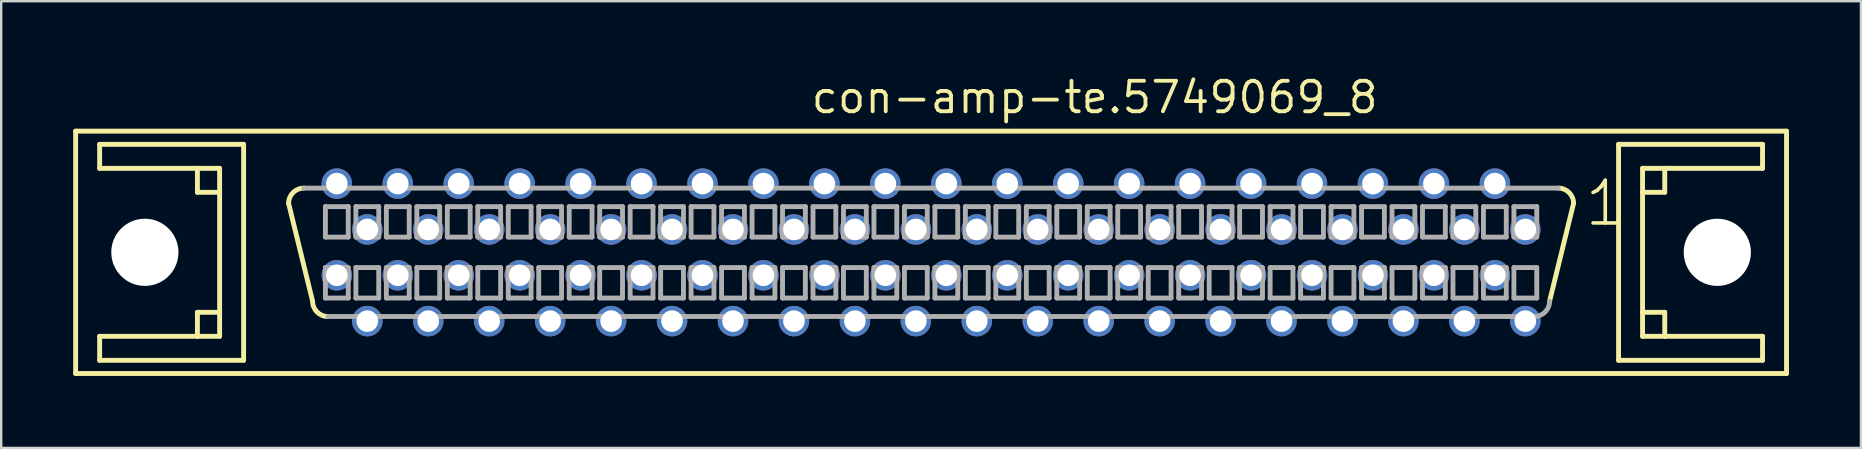
<source format=kicad_pcb>
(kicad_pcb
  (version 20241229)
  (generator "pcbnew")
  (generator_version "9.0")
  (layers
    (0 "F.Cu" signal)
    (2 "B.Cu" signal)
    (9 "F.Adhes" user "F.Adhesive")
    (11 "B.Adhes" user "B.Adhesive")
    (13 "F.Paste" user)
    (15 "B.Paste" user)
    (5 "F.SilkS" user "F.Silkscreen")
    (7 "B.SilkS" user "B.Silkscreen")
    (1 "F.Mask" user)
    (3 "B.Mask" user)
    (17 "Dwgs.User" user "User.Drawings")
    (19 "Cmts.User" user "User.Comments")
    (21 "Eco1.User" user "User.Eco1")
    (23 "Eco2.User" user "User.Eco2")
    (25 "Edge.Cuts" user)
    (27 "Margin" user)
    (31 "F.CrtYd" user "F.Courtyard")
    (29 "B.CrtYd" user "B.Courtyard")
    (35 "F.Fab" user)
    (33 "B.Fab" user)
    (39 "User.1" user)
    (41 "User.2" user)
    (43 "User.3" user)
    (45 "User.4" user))
  (footprint "con-amp-te.5749069_8"
    (layer "F.Cu")
    (at 35.752 7.465)
    (property "Reference" "con-amp-te.5749069_8" (at -5.08 -5.715 0) (layer "F.SilkS") (effects (font (size 1.27 1.27) (thickness 0.16)) (justify left bottom)))
    (attr through_hole)
    (fp_line (start -35.65 -5.05) (end 35.65 -5.05) (stroke (width 0.203) (type default)) (layer "F.SilkS"))
    (fp_line (start -35.65 5.05) (end -35.65 -5.05) (stroke (width 0.203) (type default)) (layer "F.SilkS"))
    (fp_line (start -34.65 -4.5) (end -34.65 -3.5) (stroke (width 0.203) (type default)) (layer "F.SilkS"))
    (fp_line (start -34.65 -3.5) (end -30.575 -3.5) (stroke (width 0.203) (type default)) (layer "F.SilkS"))
    (fp_line (start -34.65 3.5) (end -34.65 4.5) (stroke (width 0.203) (type default)) (layer "F.SilkS"))
    (fp_line (start -34.65 4.5) (end -28.65 4.5) (stroke (width 0.203) (type default)) (layer "F.SilkS"))
    (fp_line (start -30.575 -3.5) (end -30.575 -2.5) (stroke (width 0.203) (type default)) (layer "F.SilkS"))
    (fp_line (start -30.575 -3.5) (end -29.65 -3.5) (stroke (width 0.203) (type default)) (layer "F.SilkS"))
    (fp_line (start -30.575 -2.5) (end -29.65 -2.5) (stroke (width 0.203) (type default)) (layer "F.SilkS"))
    (fp_line (start -30.575 2.5) (end -30.575 3.5) (stroke (width 0.203) (type default)) (layer "F.SilkS"))
    (fp_line (start -30.575 3.5) (end -34.65 3.5) (stroke (width 0.203) (type default)) (layer "F.SilkS"))
    (fp_line (start -29.65 -3.5) (end -29.65 -2.5) (stroke (width 0.203) (type default)) (layer "F.SilkS"))
    (fp_line (start -29.65 -2.5) (end -29.65 2.5) (stroke (width 0.203) (type default)) (layer "F.SilkS"))
    (fp_line (start -29.65 2.5) (end -30.575 2.5) (stroke (width 0.203) (type default)) (layer "F.SilkS"))
    (fp_line (start -29.65 2.5) (end -29.65 3.5) (stroke (width 0.203) (type default)) (layer "F.SilkS"))
    (fp_line (start -29.65 3.5) (end -30.575 3.5) (stroke (width 0.203) (type default)) (layer "F.SilkS"))
    (fp_line (start -28.65 -4.5) (end -34.65 -4.5) (stroke (width 0.203) (type default)) (layer "F.SilkS"))
    (fp_line (start -28.65 4.5) (end -28.65 -4.5) (stroke (width 0.203) (type default)) (layer "F.SilkS"))
    (fp_line (start -25.775 2.04) (end -26.775 -2.04) (stroke (width 0.203) (type default)) (layer "F.SilkS"))
    (fp_line (start 26.775 -2.04) (end 25.775 2.04) (stroke (width 0.203) (type default)) (layer "F.SilkS"))
    (fp_line (start 28.65 -4.5) (end 28.65 4.5) (stroke (width 0.203) (type default)) (layer "F.SilkS"))
    (fp_line (start 28.65 4.5) (end 34.65 4.5) (stroke (width 0.203) (type default)) (layer "F.SilkS"))
    (fp_line (start 29.65 -3.5) (end 30.575 -3.5) (stroke (width 0.203) (type default)) (layer "F.SilkS"))
    (fp_line (start 29.65 -2.5) (end 29.65 -3.5) (stroke (width 0.203) (type default)) (layer "F.SilkS"))
    (fp_line (start 29.65 -2.5) (end 30.575 -2.5) (stroke (width 0.203) (type default)) (layer "F.SilkS"))
    (fp_line (start 29.65 2.5) (end 29.65 -2.5) (stroke (width 0.203) (type default)) (layer "F.SilkS"))
    (fp_line (start 29.65 3.5) (end 29.65 2.5) (stroke (width 0.203) (type default)) (layer "F.SilkS"))
    (fp_line (start 30.575 -3.5) (end 34.65 -3.5) (stroke (width 0.203) (type default)) (layer "F.SilkS"))
    (fp_line (start 30.575 -2.5) (end 30.575 -3.5) (stroke (width 0.203) (type default)) (layer "F.SilkS"))
    (fp_line (start 30.575 2.5) (end 29.65 2.5) (stroke (width 0.203) (type default)) (layer "F.SilkS"))
    (fp_line (start 30.575 3.5) (end 29.65 3.5) (stroke (width 0.203) (type default)) (layer "F.SilkS"))
    (fp_line (start 30.575 3.5) (end 30.575 2.5) (stroke (width 0.203) (type default)) (layer "F.SilkS"))
    (fp_line (start 34.65 -4.5) (end 28.65 -4.5) (stroke (width 0.203) (type default)) (layer "F.SilkS"))
    (fp_line (start 34.65 -3.5) (end 34.65 -4.5) (stroke (width 0.203) (type default)) (layer "F.SilkS"))
    (fp_line (start 34.65 3.5) (end 30.575 3.5) (stroke (width 0.203) (type default)) (layer "F.SilkS"))
    (fp_line (start 34.65 4.5) (end 34.65 3.5) (stroke (width 0.203) (type default)) (layer "F.SilkS"))
    (fp_line (start 35.65 -5.05) (end 35.65 5.05) (stroke (width 0.203) (type default)) (layer "F.SilkS"))
    (fp_line (start 35.65 5.05) (end -35.65 5.05) (stroke (width 0.203) (type default)) (layer "F.SilkS"))
    (fp_arc (start -26.775 -2.04) (mid -26.589013 -2.489013) (end -26.14 -2.675) (stroke (width 0.2032) (type default)) (layer "F.SilkS"))
    (fp_arc (start -25.14 2.675) (mid -25.589013 2.489013) (end -25.775 2.04) (stroke (width 0.2032) (type default)) (layer "F.SilkS"))
    (fp_arc (start 26.14 -2.675) (mid 26.589013 -2.489013) (end 26.775 -2.04) (stroke (width 0.2032) (type default)) (layer "F.SilkS"))
    (fp_line (start -26.14 -2.675) (end 26.14 -2.675) (stroke (width 0.203) (type default)) (layer "F.Fab"))
    (fp_line (start -25.241 -1.905) (end -25.241 -0.635) (stroke (width 0.203) (type default)) (layer "F.Fab"))
    (fp_line (start -25.241 -0.635) (end -24.289 -0.635) (stroke (width 0.203) (type default)) (layer "F.Fab"))
    (fp_line (start -25.241 0.635) (end -25.241 1.905) (stroke (width 0.203) (type default)) (layer "F.Fab"))
    (fp_line (start -25.241 1.905) (end -24.289 1.905) (stroke (width 0.203) (type default)) (layer "F.Fab"))
    (fp_line (start -24.289 -1.905) (end -25.241 -1.905) (stroke (width 0.203) (type default)) (layer "F.Fab"))
    (fp_line (start -24.289 -0.635) (end -24.289 -1.905) (stroke (width 0.203) (type default)) (layer "F.Fab"))
    (fp_line (start -24.289 0.635) (end -25.241 0.635) (stroke (width 0.203) (type default)) (layer "F.Fab"))
    (fp_line (start -24.289 1.905) (end -24.289 0.635) (stroke (width 0.203) (type default)) (layer "F.Fab"))
    (fp_line (start -23.971 -1.905) (end -23.971 -0.635) (stroke (width 0.203) (type default)) (layer "F.Fab"))
    (fp_line (start -23.971 -0.635) (end -23.019 -0.635) (stroke (width 0.203) (type default)) (layer "F.Fab"))
    (fp_line (start -23.971 0.635) (end -23.971 1.905) (stroke (width 0.203) (type default)) (layer "F.Fab"))
    (fp_line (start -23.971 1.905) (end -23.019 1.905) (stroke (width 0.203) (type default)) (layer "F.Fab"))
    (fp_line (start -23.019 -1.905) (end -23.971 -1.905) (stroke (width 0.203) (type default)) (layer "F.Fab"))
    (fp_line (start -23.019 -0.635) (end -23.019 -1.905) (stroke (width 0.203) (type default)) (layer "F.Fab"))
    (fp_line (start -23.019 0.635) (end -23.971 0.635) (stroke (width 0.203) (type default)) (layer "F.Fab"))
    (fp_line (start -23.019 1.905) (end -23.019 0.635) (stroke (width 0.203) (type default)) (layer "F.Fab"))
    (fp_line (start -22.701 -1.905) (end -22.701 -0.635) (stroke (width 0.203) (type default)) (layer "F.Fab"))
    (fp_line (start -22.701 -0.635) (end -21.749 -0.635) (stroke (width 0.203) (type default)) (layer "F.Fab"))
    (fp_line (start -22.701 0.635) (end -22.701 1.905) (stroke (width 0.203) (type default)) (layer "F.Fab"))
    (fp_line (start -22.701 1.905) (end -21.749 1.905) (stroke (width 0.203) (type default)) (layer "F.Fab"))
    (fp_line (start -21.749 -1.905) (end -22.701 -1.905) (stroke (width 0.203) (type default)) (layer "F.Fab"))
    (fp_line (start -21.749 -0.635) (end -21.749 -1.905) (stroke (width 0.203) (type default)) (layer "F.Fab"))
    (fp_line (start -21.749 0.635) (end -22.701 0.635) (stroke (width 0.203) (type default)) (layer "F.Fab"))
    (fp_line (start -21.749 1.905) (end -21.749 0.635) (stroke (width 0.203) (type default)) (layer "F.Fab"))
    (fp_line (start -21.431 -1.905) (end -21.431 -0.635) (stroke (width 0.203) (type default)) (layer "F.Fab"))
    (fp_line (start -21.431 -0.635) (end -20.479 -0.635) (stroke (width 0.203) (type default)) (layer "F.Fab"))
    (fp_line (start -21.431 0.635) (end -21.431 1.905) (stroke (width 0.203) (type default)) (layer "F.Fab"))
    (fp_line (start -21.431 1.905) (end -20.479 1.905) (stroke (width 0.203) (type default)) (layer "F.Fab"))
    (fp_line (start -20.479 -1.905) (end -21.431 -1.905) (stroke (width 0.203) (type default)) (layer "F.Fab"))
    (fp_line (start -20.479 -0.635) (end -20.479 -1.905) (stroke (width 0.203) (type default)) (layer "F.Fab"))
    (fp_line (start -20.479 0.635) (end -21.431 0.635) (stroke (width 0.203) (type default)) (layer "F.Fab"))
    (fp_line (start -20.479 1.905) (end -20.479 0.635) (stroke (width 0.203) (type default)) (layer "F.Fab"))
    (fp_line (start -20.161 -1.905) (end -20.161 -0.635) (stroke (width 0.203) (type default)) (layer "F.Fab"))
    (fp_line (start -20.161 -0.635) (end -19.209 -0.635) (stroke (width 0.203) (type default)) (layer "F.Fab"))
    (fp_line (start -20.161 0.635) (end -20.161 1.905) (stroke (width 0.203) (type default)) (layer "F.Fab"))
    (fp_line (start -20.161 1.905) (end -19.209 1.905) (stroke (width 0.203) (type default)) (layer "F.Fab"))
    (fp_line (start -19.209 -1.905) (end -20.161 -1.905) (stroke (width 0.203) (type default)) (layer "F.Fab"))
    (fp_line (start -19.209 -0.635) (end -19.209 -1.905) (stroke (width 0.203) (type default)) (layer "F.Fab"))
    (fp_line (start -19.209 0.635) (end -20.161 0.635) (stroke (width 0.203) (type default)) (layer "F.Fab"))
    (fp_line (start -19.209 1.905) (end -19.209 0.635) (stroke (width 0.203) (type default)) (layer "F.Fab"))
    (fp_line (start -18.891 -1.905) (end -18.891 -0.635) (stroke (width 0.203) (type default)) (layer "F.Fab"))
    (fp_line (start -18.891 -0.635) (end -17.939 -0.635) (stroke (width 0.203) (type default)) (layer "F.Fab"))
    (fp_line (start -18.891 0.635) (end -18.891 1.905) (stroke (width 0.203) (type default)) (layer "F.Fab"))
    (fp_line (start -18.891 1.905) (end -17.939 1.905) (stroke (width 0.203) (type default)) (layer "F.Fab"))
    (fp_line (start -17.939 -1.905) (end -18.891 -1.905) (stroke (width 0.203) (type default)) (layer "F.Fab"))
    (fp_line (start -17.939 -0.635) (end -17.939 -1.905) (stroke (width 0.203) (type default)) (layer "F.Fab"))
    (fp_line (start -17.939 0.635) (end -18.891 0.635) (stroke (width 0.203) (type default)) (layer "F.Fab"))
    (fp_line (start -17.939 1.905) (end -17.939 0.635) (stroke (width 0.203) (type default)) (layer "F.Fab"))
    (fp_line (start -17.621 -1.905) (end -17.621 -0.635) (stroke (width 0.203) (type default)) (layer "F.Fab"))
    (fp_line (start -17.621 -0.635) (end -16.669 -0.635) (stroke (width 0.203) (type default)) (layer "F.Fab"))
    (fp_line (start -17.621 0.635) (end -17.621 1.905) (stroke (width 0.203) (type default)) (layer "F.Fab"))
    (fp_line (start -17.621 1.905) (end -16.669 1.905) (stroke (width 0.203) (type default)) (layer "F.Fab"))
    (fp_line (start -16.669 -1.905) (end -17.621 -1.905) (stroke (width 0.203) (type default)) (layer "F.Fab"))
    (fp_line (start -16.669 -0.635) (end -16.669 -1.905) (stroke (width 0.203) (type default)) (layer "F.Fab"))
    (fp_line (start -16.669 0.635) (end -17.621 0.635) (stroke (width 0.203) (type default)) (layer "F.Fab"))
    (fp_line (start -16.669 1.905) (end -16.669 0.635) (stroke (width 0.203) (type default)) (layer "F.Fab"))
    (fp_line (start -16.351 -1.905) (end -16.351 -0.635) (stroke (width 0.203) (type default)) (layer "F.Fab"))
    (fp_line (start -16.351 -0.635) (end -15.399 -0.635) (stroke (width 0.203) (type default)) (layer "F.Fab"))
    (fp_line (start -16.351 0.635) (end -16.351 1.905) (stroke (width 0.203) (type default)) (layer "F.Fab"))
    (fp_line (start -16.351 1.905) (end -15.399 1.905) (stroke (width 0.203) (type default)) (layer "F.Fab"))
    (fp_line (start -15.399 -1.905) (end -16.351 -1.905) (stroke (width 0.203) (type default)) (layer "F.Fab"))
    (fp_line (start -15.399 -0.635) (end -15.399 -1.905) (stroke (width 0.203) (type default)) (layer "F.Fab"))
    (fp_line (start -15.399 0.635) (end -16.351 0.635) (stroke (width 0.203) (type default)) (layer "F.Fab"))
    (fp_line (start -15.399 1.905) (end -15.399 0.635) (stroke (width 0.203) (type default)) (layer "F.Fab"))
    (fp_line (start -15.081 -1.905) (end -15.081 -0.635) (stroke (width 0.203) (type default)) (layer "F.Fab"))
    (fp_line (start -15.081 -0.635) (end -14.129 -0.635) (stroke (width 0.203) (type default)) (layer "F.Fab"))
    (fp_line (start -15.081 0.635) (end -15.081 1.905) (stroke (width 0.203) (type default)) (layer "F.Fab"))
    (fp_line (start -15.081 1.905) (end -14.129 1.905) (stroke (width 0.203) (type default)) (layer "F.Fab"))
    (fp_line (start -14.129 -1.905) (end -15.081 -1.905) (stroke (width 0.203) (type default)) (layer "F.Fab"))
    (fp_line (start -14.129 -0.635) (end -14.129 -1.905) (stroke (width 0.203) (type default)) (layer "F.Fab"))
    (fp_line (start -14.129 0.635) (end -15.081 0.635) (stroke (width 0.203) (type default)) (layer "F.Fab"))
    (fp_line (start -14.129 1.905) (end -14.129 0.635) (stroke (width 0.203) (type default)) (layer "F.Fab"))
    (fp_line (start -13.811 -1.905) (end -13.811 -0.635) (stroke (width 0.203) (type default)) (layer "F.Fab"))
    (fp_line (start -13.811 -0.635) (end -12.859 -0.635) (stroke (width 0.203) (type default)) (layer "F.Fab"))
    (fp_line (start -13.811 0.635) (end -13.811 1.905) (stroke (width 0.203) (type default)) (layer "F.Fab"))
    (fp_line (start -13.811 1.905) (end -12.859 1.905) (stroke (width 0.203) (type default)) (layer "F.Fab"))
    (fp_line (start -12.859 -1.905) (end -13.811 -1.905) (stroke (width 0.203) (type default)) (layer "F.Fab"))
    (fp_line (start -12.859 -0.635) (end -12.859 -1.905) (stroke (width 0.203) (type default)) (layer "F.Fab"))
    (fp_line (start -12.859 0.635) (end -13.811 0.635) (stroke (width 0.203) (type default)) (layer "F.Fab"))
    (fp_line (start -12.859 1.905) (end -12.859 0.635) (stroke (width 0.203) (type default)) (layer "F.Fab"))
    (fp_line (start -12.541 -1.905) (end -12.541 -0.635) (stroke (width 0.203) (type default)) (layer "F.Fab"))
    (fp_line (start -12.541 -0.635) (end -11.589 -0.635) (stroke (width 0.203) (type default)) (layer "F.Fab"))
    (fp_line (start -12.541 0.635) (end -12.541 1.905) (stroke (width 0.203) (type default)) (layer "F.Fab"))
    (fp_line (start -12.541 1.905) (end -11.589 1.905) (stroke (width 0.203) (type default)) (layer "F.Fab"))
    (fp_line (start -11.589 -1.905) (end -12.541 -1.905) (stroke (width 0.203) (type default)) (layer "F.Fab"))
    (fp_line (start -11.589 -0.635) (end -11.589 -1.905) (stroke (width 0.203) (type default)) (layer "F.Fab"))
    (fp_line (start -11.589 0.635) (end -12.541 0.635) (stroke (width 0.203) (type default)) (layer "F.Fab"))
    (fp_line (start -11.589 1.905) (end -11.589 0.635) (stroke (width 0.203) (type default)) (layer "F.Fab"))
    (fp_line (start -11.271 -1.905) (end -11.271 -0.635) (stroke (width 0.203) (type default)) (layer "F.Fab"))
    (fp_line (start -11.271 -0.635) (end -10.319 -0.635) (stroke (width 0.203) (type default)) (layer "F.Fab"))
    (fp_line (start -11.271 0.635) (end -11.271 1.905) (stroke (width 0.203) (type default)) (layer "F.Fab"))
    (fp_line (start -11.271 1.905) (end -10.319 1.905) (stroke (width 0.203) (type default)) (layer "F.Fab"))
    (fp_line (start -10.319 -1.905) (end -11.271 -1.905) (stroke (width 0.203) (type default)) (layer "F.Fab"))
    (fp_line (start -10.319 -0.635) (end -10.319 -1.905) (stroke (width 0.203) (type default)) (layer "F.Fab"))
    (fp_line (start -10.319 0.635) (end -11.271 0.635) (stroke (width 0.203) (type default)) (layer "F.Fab"))
    (fp_line (start -10.319 1.905) (end -10.319 0.635) (stroke (width 0.203) (type default)) (layer "F.Fab"))
    (fp_line (start -10.001 -1.905) (end -10.001 -0.635) (stroke (width 0.203) (type default)) (layer "F.Fab"))
    (fp_line (start -10.001 -0.635) (end -9.049 -0.635) (stroke (width 0.203) (type default)) (layer "F.Fab"))
    (fp_line (start -10.001 0.635) (end -10.001 1.905) (stroke (width 0.203) (type default)) (layer "F.Fab"))
    (fp_line (start -10.001 1.905) (end -9.049 1.905) (stroke (width 0.203) (type default)) (layer "F.Fab"))
    (fp_line (start -9.049 -1.905) (end -10.001 -1.905) (stroke (width 0.203) (type default)) (layer "F.Fab"))
    (fp_line (start -9.049 -0.635) (end -9.049 -1.905) (stroke (width 0.203) (type default)) (layer "F.Fab"))
    (fp_line (start -9.049 0.635) (end -10.001 0.635) (stroke (width 0.203) (type default)) (layer "F.Fab"))
    (fp_line (start -9.049 1.905) (end -9.049 0.635) (stroke (width 0.203) (type default)) (layer "F.Fab"))
    (fp_line (start -8.731 -1.905) (end -8.731 -0.635) (stroke (width 0.203) (type default)) (layer "F.Fab"))
    (fp_line (start -8.731 -0.635) (end -7.779 -0.635) (stroke (width 0.203) (type default)) (layer "F.Fab"))
    (fp_line (start -8.731 0.635) (end -8.731 1.905) (stroke (width 0.203) (type default)) (layer "F.Fab"))
    (fp_line (start -8.731 1.905) (end -7.779 1.905) (stroke (width 0.203) (type default)) (layer "F.Fab"))
    (fp_line (start -7.779 -1.905) (end -8.731 -1.905) (stroke (width 0.203) (type default)) (layer "F.Fab"))
    (fp_line (start -7.779 -0.635) (end -7.779 -1.905) (stroke (width 0.203) (type default)) (layer "F.Fab"))
    (fp_line (start -7.779 0.635) (end -8.731 0.635) (stroke (width 0.203) (type default)) (layer "F.Fab"))
    (fp_line (start -7.779 1.905) (end -7.779 0.635) (stroke (width 0.203) (type default)) (layer "F.Fab"))
    (fp_line (start -7.461 -1.905) (end -7.461 -0.635) (stroke (width 0.203) (type default)) (layer "F.Fab"))
    (fp_line (start -7.461 -0.635) (end -6.509 -0.635) (stroke (width 0.203) (type default)) (layer "F.Fab"))
    (fp_line (start -7.461 0.635) (end -7.461 1.905) (stroke (width 0.203) (type default)) (layer "F.Fab"))
    (fp_line (start -7.461 1.905) (end -6.509 1.905) (stroke (width 0.203) (type default)) (layer "F.Fab"))
    (fp_line (start -6.509 -1.905) (end -7.461 -1.905) (stroke (width 0.203) (type default)) (layer "F.Fab"))
    (fp_line (start -6.509 -0.635) (end -6.509 -1.905) (stroke (width 0.203) (type default)) (layer "F.Fab"))
    (fp_line (start -6.509 0.635) (end -7.461 0.635) (stroke (width 0.203) (type default)) (layer "F.Fab"))
    (fp_line (start -6.509 1.905) (end -6.509 0.635) (stroke (width 0.203) (type default)) (layer "F.Fab"))
    (fp_line (start -6.191 -1.905) (end -6.191 -0.635) (stroke (width 0.203) (type default)) (layer "F.Fab"))
    (fp_line (start -6.191 -0.635) (end -5.239 -0.635) (stroke (width 0.203) (type default)) (layer "F.Fab"))
    (fp_line (start -6.191 0.635) (end -6.191 1.905) (stroke (width 0.203) (type default)) (layer "F.Fab"))
    (fp_line (start -6.191 1.905) (end -5.239 1.905) (stroke (width 0.203) (type default)) (layer "F.Fab"))
    (fp_line (start -5.239 -1.905) (end -6.191 -1.905) (stroke (width 0.203) (type default)) (layer "F.Fab"))
    (fp_line (start -5.239 -0.635) (end -5.239 -1.905) (stroke (width 0.203) (type default)) (layer "F.Fab"))
    (fp_line (start -5.239 0.635) (end -6.191 0.635) (stroke (width 0.203) (type default)) (layer "F.Fab"))
    (fp_line (start -5.239 1.905) (end -5.239 0.635) (stroke (width 0.203) (type default)) (layer "F.Fab"))
    (fp_line (start -4.921 -1.905) (end -4.921 -0.635) (stroke (width 0.203) (type default)) (layer "F.Fab"))
    (fp_line (start -4.921 -0.635) (end -3.969 -0.635) (stroke (width 0.203) (type default)) (layer "F.Fab"))
    (fp_line (start -4.921 0.635) (end -4.921 1.905) (stroke (width 0.203) (type default)) (layer "F.Fab"))
    (fp_line (start -4.921 1.905) (end -3.969 1.905) (stroke (width 0.203) (type default)) (layer "F.Fab"))
    (fp_line (start -3.969 -1.905) (end -4.921 -1.905) (stroke (width 0.203) (type default)) (layer "F.Fab"))
    (fp_line (start -3.969 -0.635) (end -3.969 -1.905) (stroke (width 0.203) (type default)) (layer "F.Fab"))
    (fp_line (start -3.969 0.635) (end -4.921 0.635) (stroke (width 0.203) (type default)) (layer "F.Fab"))
    (fp_line (start -3.969 1.905) (end -3.969 0.635) (stroke (width 0.203) (type default)) (layer "F.Fab"))
    (fp_line (start -3.651 -1.905) (end -3.651 -0.635) (stroke (width 0.203) (type default)) (layer "F.Fab"))
    (fp_line (start -3.651 -0.635) (end -2.699 -0.635) (stroke (width 0.203) (type default)) (layer "F.Fab"))
    (fp_line (start -3.651 0.635) (end -3.651 1.905) (stroke (width 0.203) (type default)) (layer "F.Fab"))
    (fp_line (start -3.651 1.905) (end -2.699 1.905) (stroke (width 0.203) (type default)) (layer "F.Fab"))
    (fp_line (start -2.699 -1.905) (end -3.651 -1.905) (stroke (width 0.203) (type default)) (layer "F.Fab"))
    (fp_line (start -2.699 -0.635) (end -2.699 -1.905) (stroke (width 0.203) (type default)) (layer "F.Fab"))
    (fp_line (start -2.699 0.635) (end -3.651 0.635) (stroke (width 0.203) (type default)) (layer "F.Fab"))
    (fp_line (start -2.699 1.905) (end -2.699 0.635) (stroke (width 0.203) (type default)) (layer "F.Fab"))
    (fp_line (start -2.381 -1.905) (end -2.381 -0.635) (stroke (width 0.203) (type default)) (layer "F.Fab"))
    (fp_line (start -2.381 -0.635) (end -1.429 -0.635) (stroke (width 0.203) (type default)) (layer "F.Fab"))
    (fp_line (start -2.381 0.635) (end -2.381 1.905) (stroke (width 0.203) (type default)) (layer "F.Fab"))
    (fp_line (start -2.381 1.905) (end -1.429 1.905) (stroke (width 0.203) (type default)) (layer "F.Fab"))
    (fp_line (start -1.429 -1.905) (end -2.381 -1.905) (stroke (width 0.203) (type default)) (layer "F.Fab"))
    (fp_line (start -1.429 -0.635) (end -1.429 -1.905) (stroke (width 0.203) (type default)) (layer "F.Fab"))
    (fp_line (start -1.429 0.635) (end -2.381 0.635) (stroke (width 0.203) (type default)) (layer "F.Fab"))
    (fp_line (start -1.429 1.905) (end -1.429 0.635) (stroke (width 0.203) (type default)) (layer "F.Fab"))
    (fp_line (start -1.111 -1.905) (end -1.111 -0.635) (stroke (width 0.203) (type default)) (layer "F.Fab"))
    (fp_line (start -1.111 -0.635) (end -0.159 -0.635) (stroke (width 0.203) (type default)) (layer "F.Fab"))
    (fp_line (start -1.111 0.635) (end -1.111 1.905) (stroke (width 0.203) (type default)) (layer "F.Fab"))
    (fp_line (start -1.111 1.905) (end -0.159 1.905) (stroke (width 0.203) (type default)) (layer "F.Fab"))
    (fp_line (start -0.159 -1.905) (end -1.111 -1.905) (stroke (width 0.203) (type default)) (layer "F.Fab"))
    (fp_line (start -0.159 -0.635) (end -0.159 -1.905) (stroke (width 0.203) (type default)) (layer "F.Fab"))
    (fp_line (start -0.159 0.635) (end -1.111 0.635) (stroke (width 0.203) (type default)) (layer "F.Fab"))
    (fp_line (start -0.159 1.905) (end -0.159 0.635) (stroke (width 0.203) (type default)) (layer "F.Fab"))
    (fp_line (start 0.159 -1.905) (end 0.159 -0.635) (stroke (width 0.203) (type default)) (layer "F.Fab"))
    (fp_line (start 0.159 -0.635) (end 1.111 -0.635) (stroke (width 0.203) (type default)) (layer "F.Fab"))
    (fp_line (start 0.159 0.635) (end 0.159 1.905) (stroke (width 0.203) (type default)) (layer "F.Fab"))
    (fp_line (start 0.159 1.905) (end 1.111 1.905) (stroke (width 0.203) (type default)) (layer "F.Fab"))
    (fp_line (start 1.111 -1.905) (end 0.159 -1.905) (stroke (width 0.203) (type default)) (layer "F.Fab"))
    (fp_line (start 1.111 -0.635) (end 1.111 -1.905) (stroke (width 0.203) (type default)) (layer "F.Fab"))
    (fp_line (start 1.111 0.635) (end 0.159 0.635) (stroke (width 0.203) (type default)) (layer "F.Fab"))
    (fp_line (start 1.111 1.905) (end 1.111 0.635) (stroke (width 0.203) (type default)) (layer "F.Fab"))
    (fp_line (start 1.429 -1.905) (end 1.429 -0.635) (stroke (width 0.203) (type default)) (layer "F.Fab"))
    (fp_line (start 1.429 -0.635) (end 2.381 -0.635) (stroke (width 0.203) (type default)) (layer "F.Fab"))
    (fp_line (start 1.429 0.635) (end 1.429 1.905) (stroke (width 0.203) (type default)) (layer "F.Fab"))
    (fp_line (start 1.429 1.905) (end 2.381 1.905) (stroke (width 0.203) (type default)) (layer "F.Fab"))
    (fp_line (start 2.381 -1.905) (end 1.429 -1.905) (stroke (width 0.203) (type default)) (layer "F.Fab"))
    (fp_line (start 2.381 -0.635) (end 2.381 -1.905) (stroke (width 0.203) (type default)) (layer "F.Fab"))
    (fp_line (start 2.381 0.635) (end 1.429 0.635) (stroke (width 0.203) (type default)) (layer "F.Fab"))
    (fp_line (start 2.381 1.905) (end 2.381 0.635) (stroke (width 0.203) (type default)) (layer "F.Fab"))
    (fp_line (start 2.699 -1.905) (end 2.699 -0.635) (stroke (width 0.203) (type default)) (layer "F.Fab"))
    (fp_line (start 2.699 -0.635) (end 3.651 -0.635) (stroke (width 0.203) (type default)) (layer "F.Fab"))
    (fp_line (start 2.699 0.635) (end 2.699 1.905) (stroke (width 0.203) (type default)) (layer "F.Fab"))
    (fp_line (start 2.699 1.905) (end 3.651 1.905) (stroke (width 0.203) (type default)) (layer "F.Fab"))
    (fp_line (start 3.651 -1.905) (end 2.699 -1.905) (stroke (width 0.203) (type default)) (layer "F.Fab"))
    (fp_line (start 3.651 -0.635) (end 3.651 -1.905) (stroke (width 0.203) (type default)) (layer "F.Fab"))
    (fp_line (start 3.651 0.635) (end 2.699 0.635) (stroke (width 0.203) (type default)) (layer "F.Fab"))
    (fp_line (start 3.651 1.905) (end 3.651 0.635) (stroke (width 0.203) (type default)) (layer "F.Fab"))
    (fp_line (start 3.969 -1.905) (end 3.969 -0.635) (stroke (width 0.203) (type default)) (layer "F.Fab"))
    (fp_line (start 3.969 -0.635) (end 4.921 -0.635) (stroke (width 0.203) (type default)) (layer "F.Fab"))
    (fp_line (start 3.969 0.635) (end 3.969 1.905) (stroke (width 0.203) (type default)) (layer "F.Fab"))
    (fp_line (start 3.969 1.905) (end 4.921 1.905) (stroke (width 0.203) (type default)) (layer "F.Fab"))
    (fp_line (start 4.921 -1.905) (end 3.969 -1.905) (stroke (width 0.203) (type default)) (layer "F.Fab"))
    (fp_line (start 4.921 -0.635) (end 4.921 -1.905) (stroke (width 0.203) (type default)) (layer "F.Fab"))
    (fp_line (start 4.921 0.635) (end 3.969 0.635) (stroke (width 0.203) (type default)) (layer "F.Fab"))
    (fp_line (start 4.921 1.905) (end 4.921 0.635) (stroke (width 0.203) (type default)) (layer "F.Fab"))
    (fp_line (start 5.239 -1.905) (end 5.239 -0.635) (stroke (width 0.203) (type default)) (layer "F.Fab"))
    (fp_line (start 5.239 -0.635) (end 6.191 -0.635) (stroke (width 0.203) (type default)) (layer "F.Fab"))
    (fp_line (start 5.239 0.635) (end 5.239 1.905) (stroke (width 0.203) (type default)) (layer "F.Fab"))
    (fp_line (start 5.239 1.905) (end 6.191 1.905) (stroke (width 0.203) (type default)) (layer "F.Fab"))
    (fp_line (start 6.191 -1.905) (end 5.239 -1.905) (stroke (width 0.203) (type default)) (layer "F.Fab"))
    (fp_line (start 6.191 -0.635) (end 6.191 -1.905) (stroke (width 0.203) (type default)) (layer "F.Fab"))
    (fp_line (start 6.191 0.635) (end 5.239 0.635) (stroke (width 0.203) (type default)) (layer "F.Fab"))
    (fp_line (start 6.191 1.905) (end 6.191 0.635) (stroke (width 0.203) (type default)) (layer "F.Fab"))
    (fp_line (start 6.509 -1.905) (end 6.509 -0.635) (stroke (width 0.203) (type default)) (layer "F.Fab"))
    (fp_line (start 6.509 -0.635) (end 7.461 -0.635) (stroke (width 0.203) (type default)) (layer "F.Fab"))
    (fp_line (start 6.509 0.635) (end 6.509 1.905) (stroke (width 0.203) (type default)) (layer "F.Fab"))
    (fp_line (start 6.509 1.905) (end 7.461 1.905) (stroke (width 0.203) (type default)) (layer "F.Fab"))
    (fp_line (start 7.461 -1.905) (end 6.509 -1.905) (stroke (width 0.203) (type default)) (layer "F.Fab"))
    (fp_line (start 7.461 -0.635) (end 7.461 -1.905) (stroke (width 0.203) (type default)) (layer "F.Fab"))
    (fp_line (start 7.461 0.635) (end 6.509 0.635) (stroke (width 0.203) (type default)) (layer "F.Fab"))
    (fp_line (start 7.461 1.905) (end 7.461 0.635) (stroke (width 0.203) (type default)) (layer "F.Fab"))
    (fp_line (start 7.779 -1.905) (end 7.779 -0.635) (stroke (width 0.203) (type default)) (layer "F.Fab"))
    (fp_line (start 7.779 -0.635) (end 8.731 -0.635) (stroke (width 0.203) (type default)) (layer "F.Fab"))
    (fp_line (start 7.779 0.635) (end 7.779 1.905) (stroke (width 0.203) (type default)) (layer "F.Fab"))
    (fp_line (start 7.779 1.905) (end 8.731 1.905) (stroke (width 0.203) (type default)) (layer "F.Fab"))
    (fp_line (start 8.731 -1.905) (end 7.779 -1.905) (stroke (width 0.203) (type default)) (layer "F.Fab"))
    (fp_line (start 8.731 -0.635) (end 8.731 -1.905) (stroke (width 0.203) (type default)) (layer "F.Fab"))
    (fp_line (start 8.731 0.635) (end 7.779 0.635) (stroke (width 0.203) (type default)) (layer "F.Fab"))
    (fp_line (start 8.731 1.905) (end 8.731 0.635) (stroke (width 0.203) (type default)) (layer "F.Fab"))
    (fp_line (start 9.049 -1.905) (end 9.049 -0.635) (stroke (width 0.203) (type default)) (layer "F.Fab"))
    (fp_line (start 9.049 -0.635) (end 10.001 -0.635) (stroke (width 0.203) (type default)) (layer "F.Fab"))
    (fp_line (start 9.049 0.635) (end 9.049 1.905) (stroke (width 0.203) (type default)) (layer "F.Fab"))
    (fp_line (start 9.049 1.905) (end 10.001 1.905) (stroke (width 0.203) (type default)) (layer "F.Fab"))
    (fp_line (start 10.001 -1.905) (end 9.049 -1.905) (stroke (width 0.203) (type default)) (layer "F.Fab"))
    (fp_line (start 10.001 -0.635) (end 10.001 -1.905) (stroke (width 0.203) (type default)) (layer "F.Fab"))
    (fp_line (start 10.001 0.635) (end 9.049 0.635) (stroke (width 0.203) (type default)) (layer "F.Fab"))
    (fp_line (start 10.001 1.905) (end 10.001 0.635) (stroke (width 0.203) (type default)) (layer "F.Fab"))
    (fp_line (start 10.319 -1.905) (end 10.319 -0.635) (stroke (width 0.203) (type default)) (layer "F.Fab"))
    (fp_line (start 10.319 -0.635) (end 11.271 -0.635) (stroke (width 0.203) (type default)) (layer "F.Fab"))
    (fp_line (start 10.319 0.635) (end 10.319 1.905) (stroke (width 0.203) (type default)) (layer "F.Fab"))
    (fp_line (start 10.319 1.905) (end 11.271 1.905) (stroke (width 0.203) (type default)) (layer "F.Fab"))
    (fp_line (start 11.271 -1.905) (end 10.319 -1.905) (stroke (width 0.203) (type default)) (layer "F.Fab"))
    (fp_line (start 11.271 -0.635) (end 11.271 -1.905) (stroke (width 0.203) (type default)) (layer "F.Fab"))
    (fp_line (start 11.271 0.635) (end 10.319 0.635) (stroke (width 0.203) (type default)) (layer "F.Fab"))
    (fp_line (start 11.271 1.905) (end 11.271 0.635) (stroke (width 0.203) (type default)) (layer "F.Fab"))
    (fp_line (start 11.589 -1.905) (end 11.589 -0.635) (stroke (width 0.203) (type default)) (layer "F.Fab"))
    (fp_line (start 11.589 -0.635) (end 12.541 -0.635) (stroke (width 0.203) (type default)) (layer "F.Fab"))
    (fp_line (start 11.589 0.635) (end 11.589 1.905) (stroke (width 0.203) (type default)) (layer "F.Fab"))
    (fp_line (start 11.589 1.905) (end 12.541 1.905) (stroke (width 0.203) (type default)) (layer "F.Fab"))
    (fp_line (start 12.541 -1.905) (end 11.589 -1.905) (stroke (width 0.203) (type default)) (layer "F.Fab"))
    (fp_line (start 12.541 -0.635) (end 12.541 -1.905) (stroke (width 0.203) (type default)) (layer "F.Fab"))
    (fp_line (start 12.541 0.635) (end 11.589 0.635) (stroke (width 0.203) (type default)) (layer "F.Fab"))
    (fp_line (start 12.541 1.905) (end 12.541 0.635) (stroke (width 0.203) (type default)) (layer "F.Fab"))
    (fp_line (start 12.859 -1.905) (end 12.859 -0.635) (stroke (width 0.203) (type default)) (layer "F.Fab"))
    (fp_line (start 12.859 -0.635) (end 13.811 -0.635) (stroke (width 0.203) (type default)) (layer "F.Fab"))
    (fp_line (start 12.859 0.635) (end 12.859 1.905) (stroke (width 0.203) (type default)) (layer "F.Fab"))
    (fp_line (start 12.859 1.905) (end 13.811 1.905) (stroke (width 0.203) (type default)) (layer "F.Fab"))
    (fp_line (start 13.811 -1.905) (end 12.859 -1.905) (stroke (width 0.203) (type default)) (layer "F.Fab"))
    (fp_line (start 13.811 -0.635) (end 13.811 -1.905) (stroke (width 0.203) (type default)) (layer "F.Fab"))
    (fp_line (start 13.811 0.635) (end 12.859 0.635) (stroke (width 0.203) (type default)) (layer "F.Fab"))
    (fp_line (start 13.811 1.905) (end 13.811 0.635) (stroke (width 0.203) (type default)) (layer "F.Fab"))
    (fp_line (start 14.129 -1.905) (end 14.129 -0.635) (stroke (width 0.203) (type default)) (layer "F.Fab"))
    (fp_line (start 14.129 -0.635) (end 15.081 -0.635) (stroke (width 0.203) (type default)) (layer "F.Fab"))
    (fp_line (start 14.129 0.635) (end 14.129 1.905) (stroke (width 0.203) (type default)) (layer "F.Fab"))
    (fp_line (start 14.129 1.905) (end 15.081 1.905) (stroke (width 0.203) (type default)) (layer "F.Fab"))
    (fp_line (start 15.081 -1.905) (end 14.129 -1.905) (stroke (width 0.203) (type default)) (layer "F.Fab"))
    (fp_line (start 15.081 -0.635) (end 15.081 -1.905) (stroke (width 0.203) (type default)) (layer "F.Fab"))
    (fp_line (start 15.081 0.635) (end 14.129 0.635) (stroke (width 0.203) (type default)) (layer "F.Fab"))
    (fp_line (start 15.081 1.905) (end 15.081 0.635) (stroke (width 0.203) (type default)) (layer "F.Fab"))
    (fp_line (start 15.399 -1.905) (end 15.399 -0.635) (stroke (width 0.203) (type default)) (layer "F.Fab"))
    (fp_line (start 15.399 -0.635) (end 16.351 -0.635) (stroke (width 0.203) (type default)) (layer "F.Fab"))
    (fp_line (start 15.399 0.635) (end 15.399 1.905) (stroke (width 0.203) (type default)) (layer "F.Fab"))
    (fp_line (start 15.399 1.905) (end 16.351 1.905) (stroke (width 0.203) (type default)) (layer "F.Fab"))
    (fp_line (start 16.351 -1.905) (end 15.399 -1.905) (stroke (width 0.203) (type default)) (layer "F.Fab"))
    (fp_line (start 16.351 -0.635) (end 16.351 -1.905) (stroke (width 0.203) (type default)) (layer "F.Fab"))
    (fp_line (start 16.351 0.635) (end 15.399 0.635) (stroke (width 0.203) (type default)) (layer "F.Fab"))
    (fp_line (start 16.351 1.905) (end 16.351 0.635) (stroke (width 0.203) (type default)) (layer "F.Fab"))
    (fp_line (start 16.669 -1.905) (end 16.669 -0.635) (stroke (width 0.203) (type default)) (layer "F.Fab"))
    (fp_line (start 16.669 -0.635) (end 17.621 -0.635) (stroke (width 0.203) (type default)) (layer "F.Fab"))
    (fp_line (start 16.669 0.635) (end 16.669 1.905) (stroke (width 0.203) (type default)) (layer "F.Fab"))
    (fp_line (start 16.669 1.905) (end 17.621 1.905) (stroke (width 0.203) (type default)) (layer "F.Fab"))
    (fp_line (start 17.621 -1.905) (end 16.669 -1.905) (stroke (width 0.203) (type default)) (layer "F.Fab"))
    (fp_line (start 17.621 -0.635) (end 17.621 -1.905) (stroke (width 0.203) (type default)) (layer "F.Fab"))
    (fp_line (start 17.621 0.635) (end 16.669 0.635) (stroke (width 0.203) (type default)) (layer "F.Fab"))
    (fp_line (start 17.621 1.905) (end 17.621 0.635) (stroke (width 0.203) (type default)) (layer "F.Fab"))
    (fp_line (start 17.939 -1.905) (end 17.939 -0.635) (stroke (width 0.203) (type default)) (layer "F.Fab"))
    (fp_line (start 17.939 -0.635) (end 18.891 -0.635) (stroke (width 0.203) (type default)) (layer "F.Fab"))
    (fp_line (start 17.939 0.635) (end 17.939 1.905) (stroke (width 0.203) (type default)) (layer "F.Fab"))
    (fp_line (start 17.939 1.905) (end 18.891 1.905) (stroke (width 0.203) (type default)) (layer "F.Fab"))
    (fp_line (start 18.891 -1.905) (end 17.939 -1.905) (stroke (width 0.203) (type default)) (layer "F.Fab"))
    (fp_line (start 18.891 -0.635) (end 18.891 -1.905) (stroke (width 0.203) (type default)) (layer "F.Fab"))
    (fp_line (start 18.891 0.635) (end 17.939 0.635) (stroke (width 0.203) (type default)) (layer "F.Fab"))
    (fp_line (start 18.891 1.905) (end 18.891 0.635) (stroke (width 0.203) (type default)) (layer "F.Fab"))
    (fp_line (start 19.209 -1.905) (end 19.209 -0.635) (stroke (width 0.203) (type default)) (layer "F.Fab"))
    (fp_line (start 19.209 -0.635) (end 20.161 -0.635) (stroke (width 0.203) (type default)) (layer "F.Fab"))
    (fp_line (start 19.209 0.635) (end 19.209 1.905) (stroke (width 0.203) (type default)) (layer "F.Fab"))
    (fp_line (start 19.209 1.905) (end 20.161 1.905) (stroke (width 0.203) (type default)) (layer "F.Fab"))
    (fp_line (start 20.161 -1.905) (end 19.209 -1.905) (stroke (width 0.203) (type default)) (layer "F.Fab"))
    (fp_line (start 20.161 -0.635) (end 20.161 -1.905) (stroke (width 0.203) (type default)) (layer "F.Fab"))
    (fp_line (start 20.161 0.635) (end 19.209 0.635) (stroke (width 0.203) (type default)) (layer "F.Fab"))
    (fp_line (start 20.161 1.905) (end 20.161 0.635) (stroke (width 0.203) (type default)) (layer "F.Fab"))
    (fp_line (start 20.479 -1.905) (end 20.479 -0.635) (stroke (width 0.203) (type default)) (layer "F.Fab"))
    (fp_line (start 20.479 -0.635) (end 21.431 -0.635) (stroke (width 0.203) (type default)) (layer "F.Fab"))
    (fp_line (start 20.479 0.635) (end 20.479 1.905) (stroke (width 0.203) (type default)) (layer "F.Fab"))
    (fp_line (start 20.479 1.905) (end 21.431 1.905) (stroke (width 0.203) (type default)) (layer "F.Fab"))
    (fp_line (start 21.431 -1.905) (end 20.479 -1.905) (stroke (width 0.203) (type default)) (layer "F.Fab"))
    (fp_line (start 21.431 -0.635) (end 21.431 -1.905) (stroke (width 0.203) (type default)) (layer "F.Fab"))
    (fp_line (start 21.431 0.635) (end 20.479 0.635) (stroke (width 0.203) (type default)) (layer "F.Fab"))
    (fp_line (start 21.431 1.905) (end 21.431 0.635) (stroke (width 0.203) (type default)) (layer "F.Fab"))
    (fp_line (start 21.749 -1.905) (end 21.749 -0.635) (stroke (width 0.203) (type default)) (layer "F.Fab"))
    (fp_line (start 21.749 -0.635) (end 22.701 -0.635) (stroke (width 0.203) (type default)) (layer "F.Fab"))
    (fp_line (start 21.749 0.635) (end 21.749 1.905) (stroke (width 0.203) (type default)) (layer "F.Fab"))
    (fp_line (start 21.749 1.905) (end 22.701 1.905) (stroke (width 0.203) (type default)) (layer "F.Fab"))
    (fp_line (start 22.701 -1.905) (end 21.749 -1.905) (stroke (width 0.203) (type default)) (layer "F.Fab"))
    (fp_line (start 22.701 -0.635) (end 22.701 -1.905) (stroke (width 0.203) (type default)) (layer "F.Fab"))
    (fp_line (start 22.701 0.635) (end 21.749 0.635) (stroke (width 0.203) (type default)) (layer "F.Fab"))
    (fp_line (start 22.701 1.905) (end 22.701 0.635) (stroke (width 0.203) (type default)) (layer "F.Fab"))
    (fp_line (start 23.019 -1.905) (end 23.019 -0.635) (stroke (width 0.203) (type default)) (layer "F.Fab"))
    (fp_line (start 23.019 -0.635) (end 23.971 -0.635) (stroke (width 0.203) (type default)) (layer "F.Fab"))
    (fp_line (start 23.019 0.635) (end 23.019 1.905) (stroke (width 0.203) (type default)) (layer "F.Fab"))
    (fp_line (start 23.019 1.905) (end 23.971 1.905) (stroke (width 0.203) (type default)) (layer "F.Fab"))
    (fp_line (start 23.971 -1.905) (end 23.019 -1.905) (stroke (width 0.203) (type default)) (layer "F.Fab"))
    (fp_line (start 23.971 -0.635) (end 23.971 -1.905) (stroke (width 0.203) (type default)) (layer "F.Fab"))
    (fp_line (start 23.971 0.635) (end 23.019 0.635) (stroke (width 0.203) (type default)) (layer "F.Fab"))
    (fp_line (start 23.971 1.905) (end 23.971 0.635) (stroke (width 0.203) (type default)) (layer "F.Fab"))
    (fp_line (start 24.289 -1.905) (end 24.289 -0.635) (stroke (width 0.203) (type default)) (layer "F.Fab"))
    (fp_line (start 24.289 -0.635) (end 25.241 -0.635) (stroke (width 0.203) (type default)) (layer "F.Fab"))
    (fp_line (start 24.289 0.635) (end 24.289 1.905) (stroke (width 0.203) (type default)) (layer "F.Fab"))
    (fp_line (start 24.289 1.905) (end 25.241 1.905) (stroke (width 0.203) (type default)) (layer "F.Fab"))
    (fp_line (start 25.14 2.675) (end -25.14 2.675) (stroke (width 0.203) (type default)) (layer "F.Fab"))
    (fp_line (start 25.241 -1.905) (end 24.289 -1.905) (stroke (width 0.203) (type default)) (layer "F.Fab"))
    (fp_line (start 25.241 -0.635) (end 25.241 -1.905) (stroke (width 0.203) (type default)) (layer "F.Fab"))
    (fp_line (start 25.241 0.635) (end 24.289 0.635) (stroke (width 0.203) (type default)) (layer "F.Fab"))
    (fp_line (start 25.241 1.905) (end 25.241 0.635) (stroke (width 0.203) (type default)) (layer "F.Fab"))
    (fp_arc (start 25.775 2.04) (mid 25.589013 2.489013) (end 25.14 2.675) (stroke (width 0.2032) (type default)) (layer "F.Fab"))
    (fp_text user "1" (at 27.15 -1 0) (layer "F.SilkS") (effects (font (size 1.778 1.778) (thickness 0.15)) (justify left bottom)))
    (pad "" np_thru_hole circle (at -32.765 0) (size 2.8 2.8) (drill 2.8) (layers "*.Cu" "*.Mask"))
    (pad "" np_thru_hole circle (at 32.765 0) (size 2.8 2.8) (drill 2.8) (layers "*.Cu" "*.Mask"))
    (pad "1" thru_hole circle (at 24.765 -0.953) (size 1.27 1.27) (drill 0.9) (layers "*.Cu" "*.Mask"))
    (pad "2" thru_hole circle (at 23.495 -2.863) (size 1.27 1.27) (drill 0.9) (layers "*.Cu" "*.Mask"))
    (pad "3" thru_hole circle (at 22.225 -0.953) (size 1.27 1.27) (drill 0.9) (layers "*.Cu" "*.Mask"))
    (pad "4" thru_hole circle (at 20.955 -2.863) (size 1.27 1.27) (drill 0.9) (layers "*.Cu" "*.Mask"))
    (pad "5" thru_hole circle (at 19.685 -0.953) (size 1.27 1.27) (drill 0.9) (layers "*.Cu" "*.Mask"))
    (pad "6" thru_hole circle (at 18.415 -2.863) (size 1.27 1.27) (drill 0.9) (layers "*.Cu" "*.Mask"))
    (pad "7" thru_hole circle (at 17.145 -0.953) (size 1.27 1.27) (drill 0.9) (layers "*.Cu" "*.Mask"))
    (pad "8" thru_hole circle (at 15.875 -2.863) (size 1.27 1.27) (drill 0.9) (layers "*.Cu" "*.Mask"))
    (pad "9" thru_hole circle (at 14.605 -0.953) (size 1.27 1.27) (drill 0.9) (layers "*.Cu" "*.Mask"))
    (pad "10" thru_hole circle (at 13.335 -2.863) (size 1.27 1.27) (drill 0.9) (layers "*.Cu" "*.Mask"))
    (pad "11" thru_hole circle (at 12.065 -0.953) (size 1.27 1.27) (drill 0.9) (layers "*.Cu" "*.Mask"))
    (pad "12" thru_hole circle (at 10.795 -2.863) (size 1.27 1.27) (drill 0.9) (layers "*.Cu" "*.Mask"))
    (pad "13" thru_hole circle (at 9.525 -0.953) (size 1.27 1.27) (drill 0.9) (layers "*.Cu" "*.Mask"))
    (pad "14" thru_hole circle (at 8.255 -2.863) (size 1.27 1.27) (drill 0.9) (layers "*.Cu" "*.Mask"))
    (pad "15" thru_hole circle (at 6.985 -0.953) (size 1.27 1.27) (drill 0.9) (layers "*.Cu" "*.Mask"))
    (pad "16" thru_hole circle (at 5.715 -2.863) (size 1.27 1.27) (drill 0.9) (layers "*.Cu" "*.Mask"))
    (pad "17" thru_hole circle (at 4.445 -0.953) (size 1.27 1.27) (drill 0.9) (layers "*.Cu" "*.Mask"))
    (pad "18" thru_hole circle (at 3.175 -2.863) (size 1.27 1.27) (drill 0.9) (layers "*.Cu" "*.Mask"))
    (pad "19" thru_hole circle (at 1.905 -0.953) (size 1.27 1.27) (drill 0.9) (layers "*.Cu" "*.Mask"))
    (pad "20" thru_hole circle (at 0.635 -2.863) (size 1.27 1.27) (drill 0.9) (layers "*.Cu" "*.Mask"))
    (pad "21" thru_hole circle (at -0.635 -0.953) (size 1.27 1.27) (drill 0.9) (layers "*.Cu" "*.Mask"))
    (pad "22" thru_hole circle (at -1.905 -2.863) (size 1.27 1.27) (drill 0.9) (layers "*.Cu" "*.Mask"))
    (pad "23" thru_hole circle (at -3.175 -0.953) (size 1.27 1.27) (drill 0.9) (layers "*.Cu" "*.Mask"))
    (pad "24" thru_hole circle (at -4.445 -2.863) (size 1.27 1.27) (drill 0.9) (layers "*.Cu" "*.Mask"))
    (pad "25" thru_hole circle (at -5.715 -0.953) (size 1.27 1.27) (drill 0.9) (layers "*.Cu" "*.Mask"))
    (pad "26" thru_hole circle (at -6.985 -2.863) (size 1.27 1.27) (drill 0.9) (layers "*.Cu" "*.Mask"))
    (pad "27" thru_hole circle (at -8.255 -0.953) (size 1.27 1.27) (drill 0.9) (layers "*.Cu" "*.Mask"))
    (pad "28" thru_hole circle (at -9.525 -2.863) (size 1.27 1.27) (drill 0.9) (layers "*.Cu" "*.Mask"))
    (pad "29" thru_hole circle (at -10.795 -0.953) (size 1.27 1.27) (drill 0.9) (layers "*.Cu" "*.Mask"))
    (pad "30" thru_hole circle (at -12.065 -2.863) (size 1.27 1.27) (drill 0.9) (layers "*.Cu" "*.Mask"))
    (pad "31" thru_hole circle (at -13.335 -0.953) (size 1.27 1.27) (drill 0.9) (layers "*.Cu" "*.Mask"))
    (pad "32" thru_hole circle (at -14.605 -2.863) (size 1.27 1.27) (drill 0.9) (layers "*.Cu" "*.Mask"))
    (pad "33" thru_hole circle (at -15.875 -0.953) (size 1.27 1.27) (drill 0.9) (layers "*.Cu" "*.Mask"))
    (pad "34" thru_hole circle (at -17.145 -2.863) (size 1.27 1.27) (drill 0.9) (layers "*.Cu" "*.Mask"))
    (pad "35" thru_hole circle (at -18.415 -0.953) (size 1.27 1.27) (drill 0.9) (layers "*.Cu" "*.Mask"))
    (pad "36" thru_hole circle (at -19.685 -2.863) (size 1.27 1.27) (drill 0.9) (layers "*.Cu" "*.Mask"))
    (pad "37" thru_hole circle (at -20.955 -0.953) (size 1.27 1.27) (drill 0.9) (layers "*.Cu" "*.Mask"))
    (pad "38" thru_hole circle (at -22.225 -2.863) (size 1.27 1.27) (drill 0.9) (layers "*.Cu" "*.Mask"))
    (pad "39" thru_hole circle (at -23.495 -0.953) (size 1.27 1.27) (drill 0.9) (layers "*.Cu" "*.Mask"))
    (pad "40" thru_hole circle (at -24.765 -2.863) (size 1.27 1.27) (drill 0.9) (layers "*.Cu" "*.Mask"))
    (pad "41" thru_hole circle (at 24.765 2.867) (size 1.27 1.27) (drill 0.9) (layers "*.Cu" "*.Mask"))
    (pad "42" thru_hole circle (at 23.495 0.957) (size 1.27 1.27) (drill 0.9) (layers "*.Cu" "*.Mask"))
    (pad "43" thru_hole circle (at 22.225 2.867) (size 1.27 1.27) (drill 0.9) (layers "*.Cu" "*.Mask"))
    (pad "44" thru_hole circle (at 20.955 0.957) (size 1.27 1.27) (drill 0.9) (layers "*.Cu" "*.Mask"))
    (pad "45" thru_hole circle (at 19.685 2.867) (size 1.27 1.27) (drill 0.9) (layers "*.Cu" "*.Mask"))
    (pad "46" thru_hole circle (at 18.415 0.957) (size 1.27 1.27) (drill 0.9) (layers "*.Cu" "*.Mask"))
    (pad "47" thru_hole circle (at 17.145 2.867) (size 1.27 1.27) (drill 0.9) (layers "*.Cu" "*.Mask"))
    (pad "48" thru_hole circle (at 15.875 0.957) (size 1.27 1.27) (drill 0.9) (layers "*.Cu" "*.Mask"))
    (pad "49" thru_hole circle (at 14.605 2.867) (size 1.27 1.27) (drill 0.9) (layers "*.Cu" "*.Mask"))
    (pad "50" thru_hole circle (at 13.335 0.957) (size 1.27 1.27) (drill 0.9) (layers "*.Cu" "*.Mask"))
    (pad "51" thru_hole circle (at 12.065 2.867) (size 1.27 1.27) (drill 0.9) (layers "*.Cu" "*.Mask"))
    (pad "52" thru_hole circle (at 10.795 0.957) (size 1.27 1.27) (drill 0.9) (layers "*.Cu" "*.Mask"))
    (pad "53" thru_hole circle (at 9.525 2.867) (size 1.27 1.27) (drill 0.9) (layers "*.Cu" "*.Mask"))
    (pad "54" thru_hole circle (at 8.255 0.957) (size 1.27 1.27) (drill 0.9) (layers "*.Cu" "*.Mask"))
    (pad "55" thru_hole circle (at 6.985 2.867) (size 1.27 1.27) (drill 0.9) (layers "*.Cu" "*.Mask"))
    (pad "56" thru_hole circle (at 5.715 0.957) (size 1.27 1.27) (drill 0.9) (layers "*.Cu" "*.Mask"))
    (pad "57" thru_hole circle (at 4.445 2.867) (size 1.27 1.27) (drill 0.9) (layers "*.Cu" "*.Mask"))
    (pad "58" thru_hole circle (at 3.175 0.957) (size 1.27 1.27) (drill 0.9) (layers "*.Cu" "*.Mask"))
    (pad "59" thru_hole circle (at 1.905 2.867) (size 1.27 1.27) (drill 0.9) (layers "*.Cu" "*.Mask"))
    (pad "60" thru_hole circle (at 0.635 0.957) (size 1.27 1.27) (drill 0.9) (layers "*.Cu" "*.Mask"))
    (pad "61" thru_hole circle (at -0.635 2.867) (size 1.27 1.27) (drill 0.9) (layers "*.Cu" "*.Mask"))
    (pad "62" thru_hole circle (at -1.905 0.957) (size 1.27 1.27) (drill 0.9) (layers "*.Cu" "*.Mask"))
    (pad "63" thru_hole circle (at -3.175 2.867) (size 1.27 1.27) (drill 0.9) (layers "*.Cu" "*.Mask"))
    (pad "64" thru_hole circle (at -4.445 0.957) (size 1.27 1.27) (drill 0.9) (layers "*.Cu" "*.Mask"))
    (pad "65" thru_hole circle (at -5.715 2.867) (size 1.27 1.27) (drill 0.9) (layers "*.Cu" "*.Mask"))
    (pad "66" thru_hole circle (at -6.985 0.957) (size 1.27 1.27) (drill 0.9) (layers "*.Cu" "*.Mask"))
    (pad "67" thru_hole circle (at -8.255 2.867) (size 1.27 1.27) (drill 0.9) (layers "*.Cu" "*.Mask"))
    (pad "68" thru_hole circle (at -9.525 0.957) (size 1.27 1.27) (drill 0.9) (layers "*.Cu" "*.Mask"))
    (pad "69" thru_hole circle (at -10.795 2.867) (size 1.27 1.27) (drill 0.9) (layers "*.Cu" "*.Mask"))
    (pad "70" thru_hole circle (at -12.065 0.957) (size 1.27 1.27) (drill 0.9) (layers "*.Cu" "*.Mask"))
    (pad "71" thru_hole circle (at -13.335 2.867) (size 1.27 1.27) (drill 0.9) (layers "*.Cu" "*.Mask"))
    (pad "72" thru_hole circle (at -14.605 0.957) (size 1.27 1.27) (drill 0.9) (layers "*.Cu" "*.Mask"))
    (pad "73" thru_hole circle (at -15.875 2.867) (size 1.27 1.27) (drill 0.9) (layers "*.Cu" "*.Mask"))
    (pad "74" thru_hole circle (at -17.145 0.957) (size 1.27 1.27) (drill 0.9) (layers "*.Cu" "*.Mask"))
    (pad "75" thru_hole circle (at -18.415 2.867) (size 1.27 1.27) (drill 0.9) (layers "*.Cu" "*.Mask"))
    (pad "76" thru_hole circle (at -19.685 0.957) (size 1.27 1.27) (drill 0.9) (layers "*.Cu" "*.Mask"))
    (pad "77" thru_hole circle (at -20.955 2.867) (size 1.27 1.27) (drill 0.9) (layers "*.Cu" "*.Mask"))
    (pad "78" thru_hole circle (at -22.225 0.957) (size 1.27 1.27) (drill 0.9) (layers "*.Cu" "*.Mask"))
    (pad "79" thru_hole circle (at -23.495 2.867) (size 1.27 1.27) (drill 0.9) (layers "*.Cu" "*.Mask"))
    (pad "80" thru_hole circle (at -24.765 0.957) (size 1.27 1.27) (drill 0.9) (layers "*.Cu" "*.Mask")))
  (gr_rect
    (start -3 -3)
    (end 74.503 15.617)
    (stroke (width 0.1) (type default))
    (fill no)
    (layer "Edge.Cuts")))
</source>
